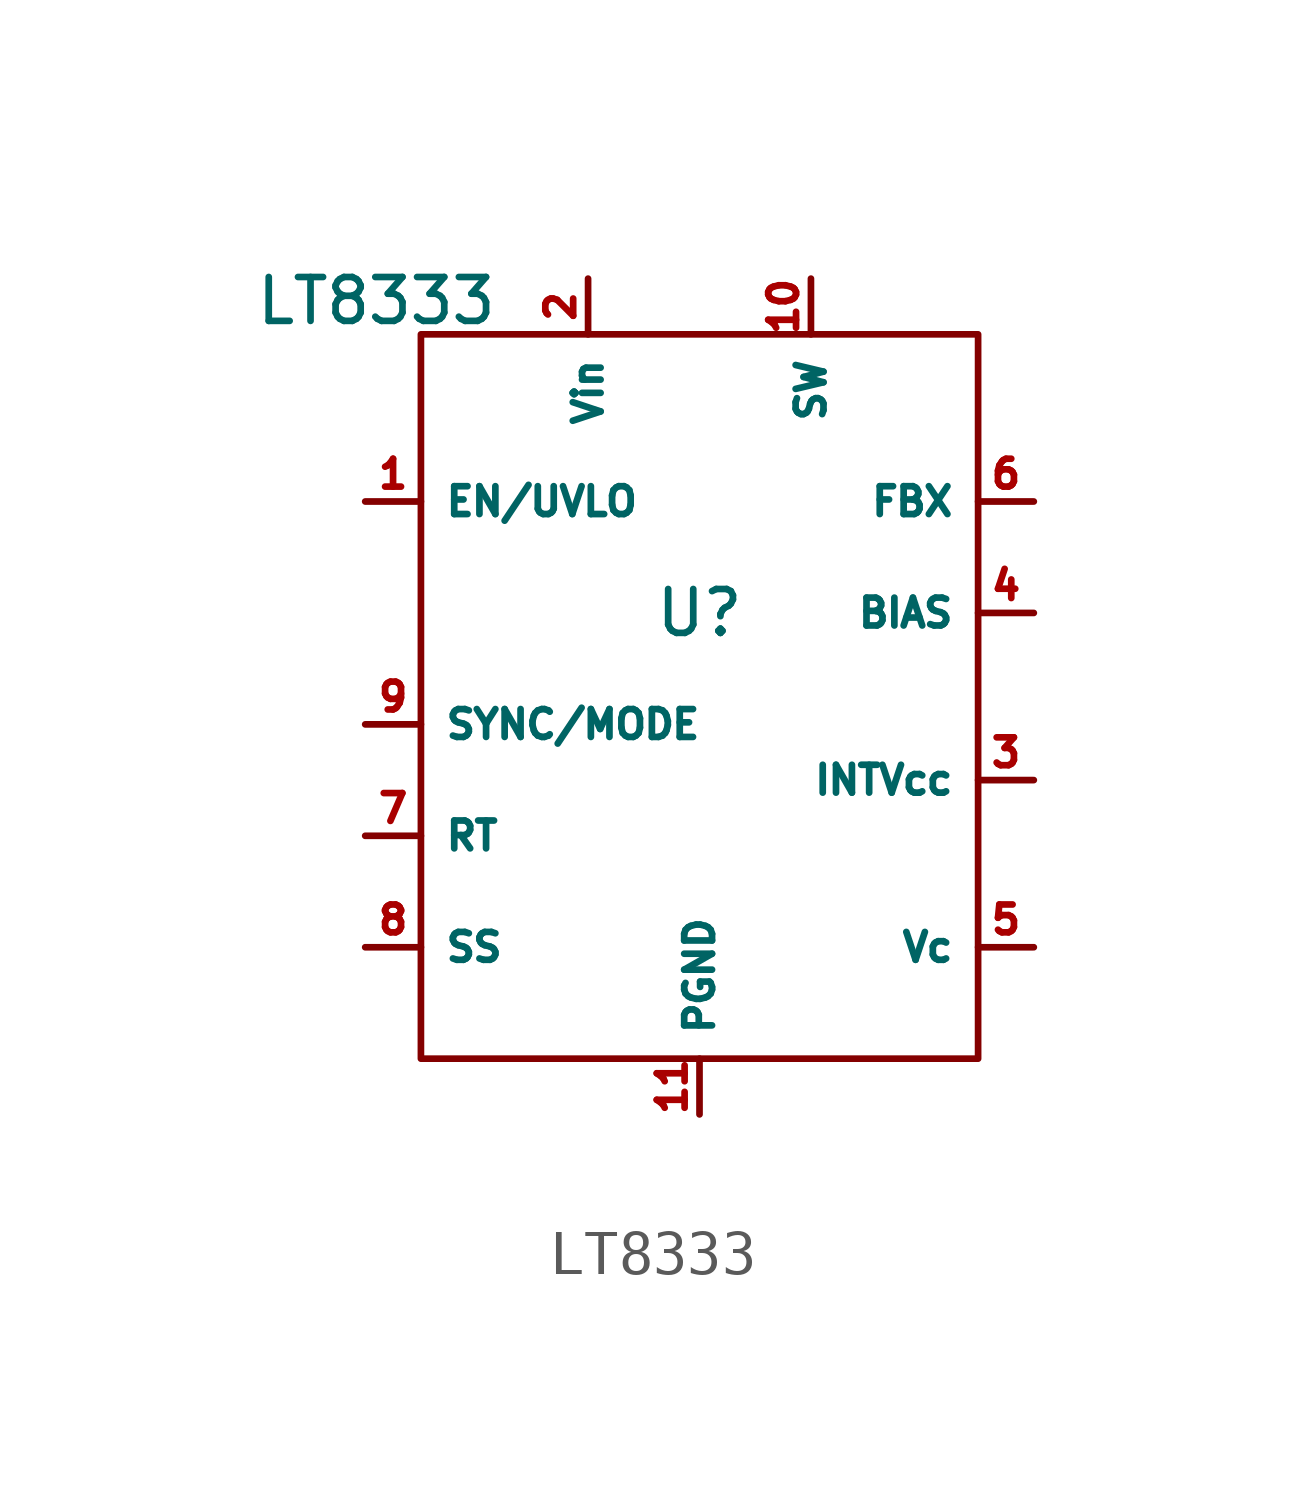
<source format=kicad_sym>
(kicad_symbol_lib
  (version 20241209)
  (generator "kicad_symbol_editor")
  (generator_version "9.0")
  (symbol "LT8333"
    (property "Reference" "U"
      (at 0 0 0)
      (effects (font (size 1 1))))
    (property "Value" "LT8333"
      (at -7.366 7.112 0)
      (effects (font (size 1 1))))
    (symbol "LT8333_0_1"
      (rectangle (start -6.35 6.35) (end 6.35 -10.16) (stroke (width 0) (type default)) (fill (type none))))
    (symbol "LT8333_1_1"
      (pin input line (at -7.62 2.54 0) (length 1.27) (name "EN/UVLO" (effects (font (size 0.635 0.635)))) (number "1" (effects (font (size 0.635 0.635)))))
      (pin input line (at -7.62 -2.54 0) (length 1.27) (name "SYNC/MODE" (effects (font (size 0.635 0.635)))) (number "9" (effects (font (size 0.635 0.635)))))
      (pin input line (at -7.62 -5.08 0) (length 1.27) (name "RT" (effects (font (size 0.635 0.635)))) (number "7" (effects (font (size 0.635 0.635)))))
      (pin input line (at -7.62 -7.62 0) (length 1.27) (name "SS" (effects (font (size 0.635 0.635)))) (number "8" (effects (font (size 0.635 0.635)))))
      (pin power_in line (at -2.54 7.62 270) (length 1.27) (name "Vin" (effects (font (size 0.635 0.635)))) (number "2" (effects (font (size 0.635 0.635)))))
      (pin power_in line (at 0 -11.43 90) (length 1.27) (name "PGND" (effects (font (size 0.635 0.635)))) (number "11" (effects (font (size 0.635 0.635)))))
      (pin output line (at 2.54 7.62 270) (length 1.27) (name "SW" (effects (font (size 0.635 0.635)))) (number "10" (effects (font (size 0.635 0.635)))))
      (pin input line (at 7.62 2.54 180) (length 1.27) (name "FBX" (effects (font (size 0.635 0.635)))) (number "6" (effects (font (size 0.635 0.635)))))
      (pin power_in line (at 7.62 0 180) (length 1.27) (name "BIAS" (effects (font (size 0.635 0.635)))) (number "4" (effects (font (size 0.635 0.635)))))
      (pin power_out line (at 7.62 -3.81 180) (length 1.27) (name "INTVcc" (effects (font (size 0.635 0.635)))) (number "3" (effects (font (size 0.635 0.635)))))
      (pin output line (at 7.62 -7.62 180) (length 1.27) (name "Vc" (effects (font (size 0.635 0.635)))) (number "5" (effects (font (size 0.635 0.635))))))))
</source>
